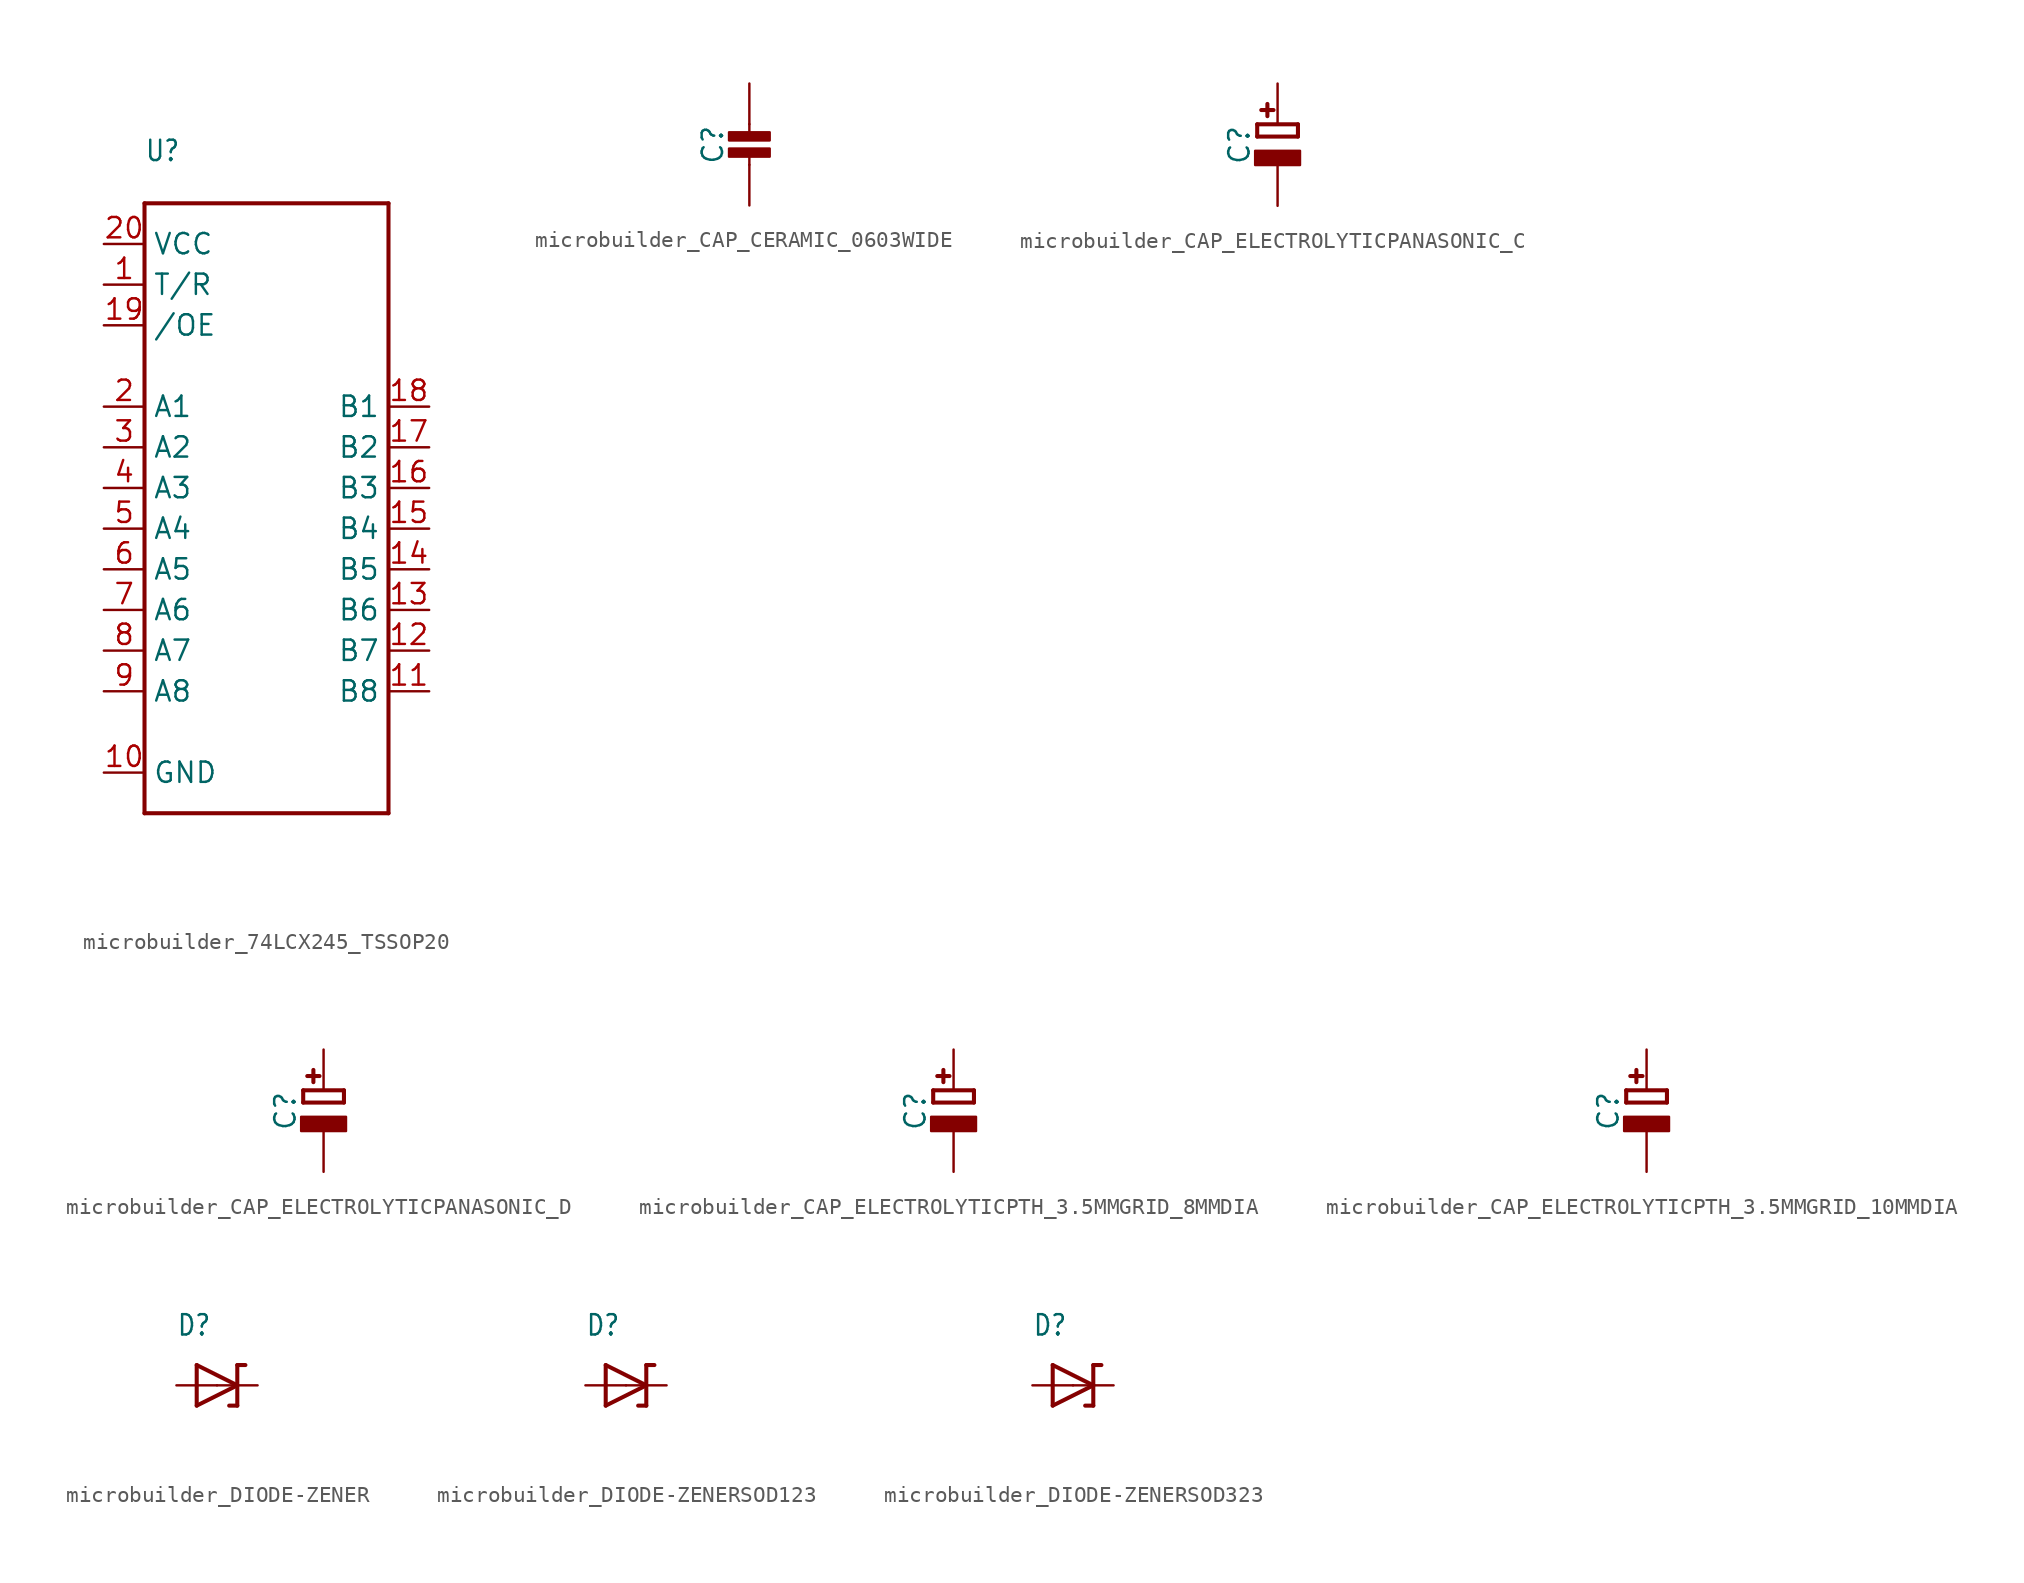
<source format=kicad_sym>
(kicad_symbol_lib
  (version 20231120)
  (generator "kicad_symbol_editor")
  (generator_version "8.0")
  (symbol "microbuilder_74LCX245_TSSOP20"
    (property "Reference" "U"
      (at -7.62 22.86 0)
      (effects (font (size 1.27 1.079)) (justify left bottom)))
    (property "Value" ""
      (at -7.62 -20.32 0)
      (effects (font (size 1.27 1.079)) (justify left bottom)))
    (property "ki_locked" ""
      (at 0 0 0)
      (effects (font (size 1.27 1.27))))
    (symbol "microbuilder_74LCX245_TSSOP20_1_0"
      (polyline (pts (xy -7.62 -17.78) (xy -7.62 20.32)) (stroke (width 0.254) (type solid)) (fill (type none)))
      (polyline (pts (xy -7.62 20.32) (xy 7.62 20.32)) (stroke (width 0.254) (type solid)) (fill (type none)))
      (polyline (pts (xy 7.62 -17.78) (xy -7.62 -17.78)) (stroke (width 0.254) (type solid)) (fill (type none)))
      (polyline (pts (xy 7.62 20.32) (xy 7.62 -17.78)) (stroke (width 0.254) (type solid)) (fill (type none)))
      (pin bidirectional line (at -10.16 15.24 0) (length 2.54) (name "T/R" (effects (font (size 1.27 1.27)))) (number "1" (effects (font (size 1.27 1.27)))))
      (pin bidirectional line (at -10.16 -15.24 0) (length 2.54) (name "GND" (effects (font (size 1.27 1.27)))) (number "10" (effects (font (size 1.27 1.27)))))
      (pin bidirectional line (at 10.16 -10.16 180) (length 2.54) (name "B8" (effects (font (size 1.27 1.27)))) (number "11" (effects (font (size 1.27 1.27)))))
      (pin bidirectional line (at 10.16 -7.62 180) (length 2.54) (name "B7" (effects (font (size 1.27 1.27)))) (number "12" (effects (font (size 1.27 1.27)))))
      (pin bidirectional line (at 10.16 -5.08 180) (length 2.54) (name "B6" (effects (font (size 1.27 1.27)))) (number "13" (effects (font (size 1.27 1.27)))))
      (pin bidirectional line (at 10.16 -2.54 180) (length 2.54) (name "B5" (effects (font (size 1.27 1.27)))) (number "14" (effects (font (size 1.27 1.27)))))
      (pin bidirectional line (at 10.16 0 180) (length 2.54) (name "B4" (effects (font (size 1.27 1.27)))) (number "15" (effects (font (size 1.27 1.27)))))
      (pin bidirectional line (at 10.16 2.54 180) (length 2.54) (name "B3" (effects (font (size 1.27 1.27)))) (number "16" (effects (font (size 1.27 1.27)))))
      (pin bidirectional line (at 10.16 5.08 180) (length 2.54) (name "B2" (effects (font (size 1.27 1.27)))) (number "17" (effects (font (size 1.27 1.27)))))
      (pin bidirectional line (at 10.16 7.62 180) (length 2.54) (name "B1" (effects (font (size 1.27 1.27)))) (number "18" (effects (font (size 1.27 1.27)))))
      (pin bidirectional line (at -10.16 12.7 0) (length 2.54) (name "/OE" (effects (font (size 1.27 1.27)))) (number "19" (effects (font (size 1.27 1.27)))))
      (pin bidirectional line (at -10.16 7.62 0) (length 2.54) (name "A1" (effects (font (size 1.27 1.27)))) (number "2" (effects (font (size 1.27 1.27)))))
      (pin bidirectional line (at -10.16 17.78 0) (length 2.54) (name "VCC" (effects (font (size 1.27 1.27)))) (number "20" (effects (font (size 1.27 1.27)))))
      (pin bidirectional line (at -10.16 5.08 0) (length 2.54) (name "A2" (effects (font (size 1.27 1.27)))) (number "3" (effects (font (size 1.27 1.27)))))
      (pin bidirectional line (at -10.16 2.54 0) (length 2.54) (name "A3" (effects (font (size 1.27 1.27)))) (number "4" (effects (font (size 1.27 1.27)))))
      (pin bidirectional line (at -10.16 0 0) (length 2.54) (name "A4" (effects (font (size 1.27 1.27)))) (number "5" (effects (font (size 1.27 1.27)))))
      (pin bidirectional line (at -10.16 -2.54 0) (length 2.54) (name "A5" (effects (font (size 1.27 1.27)))) (number "6" (effects (font (size 1.27 1.27)))))
      (pin bidirectional line (at -10.16 -5.08 0) (length 2.54) (name "A6" (effects (font (size 1.27 1.27)))) (number "7" (effects (font (size 1.27 1.27)))))
      (pin bidirectional line (at -10.16 -7.62 0) (length 2.54) (name "A7" (effects (font (size 1.27 1.27)))) (number "8" (effects (font (size 1.27 1.27)))))
      (pin bidirectional line (at -10.16 -10.16 0) (length 2.54) (name "A8" (effects (font (size 1.27 1.27)))) (number "9" (effects (font (size 1.27 1.27)))))))
  (symbol "microbuilder_CAP_CERAMIC_0603WIDE"
    (property "Reference" "C"
      (at -2.29 1.25 90)
      (effects (font (size 1.27 1.27))))
    (property "Value" ""
      (at 2.3 1.25 90)
      (effects (font (size 1.27 1.27))))
    (property "ki_locked" ""
      (at 0 0 0)
      (effects (font (size 1.27 1.27))))
    (symbol "microbuilder_CAP_CERAMIC_0603WIDE_1_0"
      (rectangle (start -1.27 0.508) (end 1.27 1.016) (stroke (width 0) (type default)) (fill (type outline)))
      (rectangle (start -1.27 1.524) (end 1.27 2.032) (stroke (width 0) (type default)) (fill (type outline)))
      (polyline (pts (xy 0 0.762) (xy 0 0)) (stroke (width 0.152) (type solid)) (fill (type none)))
      (polyline (pts (xy 0 2.54) (xy 0 1.778)) (stroke (width 0.152) (type solid)) (fill (type none)))
      (pin passive line (at 0 5.08 270) (length 2.54) (name "1" (effects (font (size 0 0)))) (number "1" (effects (font (size 0 0)))))
      (pin passive line (at 0 -2.54 90) (length 2.54) (name "2" (effects (font (size 0 0)))) (number "2" (effects (font (size 0 0)))))))
  (symbol "microbuilder_CAP_ELECTROLYTICPANASONIC_C"
    (property "Reference" "C"
      (at -2.39 1.25 90)
      (effects (font (size 1.27 1.27))))
    (property "Value" ""
      (at 2.5 1.25 90)
      (effects (font (size 1.27 1.27))))
    (property "ki_locked" ""
      (at 0 0 0)
      (effects (font (size 1.27 1.27))))
    (symbol "microbuilder_CAP_ELECTROLYTICPANASONIC_C_1_0"
      (rectangle (start -1.397 0) (end 1.397 0.889) (stroke (width 0) (type default)) (fill (type outline)))
      (polyline (pts (xy -1.27 1.778) (xy -1.27 2.54)) (stroke (width 0.254) (type solid)) (fill (type none)))
      (polyline (pts (xy -1.27 2.54) (xy 1.27 2.54)) (stroke (width 0.254) (type solid)) (fill (type none)))
      (polyline (pts (xy -1.016 3.429) (xy -0.254 3.429)) (stroke (width 0.254) (type solid)) (fill (type none)))
      (polyline (pts (xy -0.635 3.81) (xy -0.635 3.048)) (stroke (width 0.254) (type solid)) (fill (type none)))
      (polyline (pts (xy 1.27 1.778) (xy -1.27 1.778)) (stroke (width 0.254) (type solid)) (fill (type none)))
      (polyline (pts (xy 1.27 2.54) (xy 1.27 1.778)) (stroke (width 0.254) (type solid)) (fill (type none)))
      (pin passive line (at 0 5.08 270) (length 2.54) (name "+" (effects (font (size 0 0)))) (number "+" (effects (font (size 0 0)))))
      (pin passive line (at 0 -2.54 90) (length 2.54) (name "-" (effects (font (size 0 0)))) (number "-" (effects (font (size 0 0)))))))
  (symbol "microbuilder_CAP_ELECTROLYTICPANASONIC_D"
    (property "Reference" "C"
      (at -2.39 1.25 90)
      (effects (font (size 1.27 1.27))))
    (property "Value" ""
      (at 2.5 1.25 90)
      (effects (font (size 1.27 1.27))))
    (property "ki_locked" ""
      (at 0 0 0)
      (effects (font (size 1.27 1.27))))
    (symbol "microbuilder_CAP_ELECTROLYTICPANASONIC_D_1_0"
      (rectangle (start -1.397 0) (end 1.397 0.889) (stroke (width 0) (type default)) (fill (type outline)))
      (polyline (pts (xy -1.27 1.778) (xy -1.27 2.54)) (stroke (width 0.254) (type solid)) (fill (type none)))
      (polyline (pts (xy -1.27 2.54) (xy 1.27 2.54)) (stroke (width 0.254) (type solid)) (fill (type none)))
      (polyline (pts (xy -1.016 3.429) (xy -0.254 3.429)) (stroke (width 0.254) (type solid)) (fill (type none)))
      (polyline (pts (xy -0.635 3.81) (xy -0.635 3.048)) (stroke (width 0.254) (type solid)) (fill (type none)))
      (polyline (pts (xy 1.27 1.778) (xy -1.27 1.778)) (stroke (width 0.254) (type solid)) (fill (type none)))
      (polyline (pts (xy 1.27 2.54) (xy 1.27 1.778)) (stroke (width 0.254) (type solid)) (fill (type none)))
      (pin passive line (at 0 5.08 270) (length 2.54) (name "+" (effects (font (size 0 0)))) (number "+" (effects (font (size 0 0)))))
      (pin passive line (at 0 -2.54 90) (length 2.54) (name "-" (effects (font (size 0 0)))) (number "-" (effects (font (size 0 0)))))))
  (symbol "microbuilder_CAP_ELECTROLYTICPTH_3.5MMGRID_8MMDIA"
    (property "Reference" "C"
      (at -2.39 1.25 90)
      (effects (font (size 1.27 1.27))))
    (property "Value" ""
      (at 2.5 1.25 90)
      (effects (font (size 1.27 1.27))))
    (property "ki_locked" ""
      (at 0 0 0)
      (effects (font (size 1.27 1.27))))
    (symbol "microbuilder_CAP_ELECTROLYTICPTH_3.5MMGRID_8MMDIA_1_0"
      (rectangle (start -1.397 0) (end 1.397 0.889) (stroke (width 0) (type default)) (fill (type outline)))
      (polyline (pts (xy -1.27 1.778) (xy -1.27 2.54)) (stroke (width 0.254) (type solid)) (fill (type none)))
      (polyline (pts (xy -1.27 2.54) (xy 1.27 2.54)) (stroke (width 0.254) (type solid)) (fill (type none)))
      (polyline (pts (xy -1.016 3.429) (xy -0.254 3.429)) (stroke (width 0.254) (type solid)) (fill (type none)))
      (polyline (pts (xy -0.635 3.81) (xy -0.635 3.048)) (stroke (width 0.254) (type solid)) (fill (type none)))
      (polyline (pts (xy 1.27 1.778) (xy -1.27 1.778)) (stroke (width 0.254) (type solid)) (fill (type none)))
      (polyline (pts (xy 1.27 2.54) (xy 1.27 1.778)) (stroke (width 0.254) (type solid)) (fill (type none)))
      (pin passive line (at 0 5.08 270) (length 2.54) (name "+" (effects (font (size 0 0)))) (number "+" (effects (font (size 0 0)))))
      (pin passive line (at 0 -2.54 90) (length 2.54) (name "-" (effects (font (size 0 0)))) (number "-" (effects (font (size 0 0)))))))
  (symbol "microbuilder_CAP_ELECTROLYTICPTH_3.5MMGRID_10MMDIA"
    (property "Reference" "C"
      (at -2.39 1.25 90)
      (effects (font (size 1.27 1.27))))
    (property "Value" ""
      (at 2.5 1.25 90)
      (effects (font (size 1.27 1.27))))
    (property "ki_locked" ""
      (at 0 0 0)
      (effects (font (size 1.27 1.27))))
    (symbol "microbuilder_CAP_ELECTROLYTICPTH_3.5MMGRID_10MMDIA_1_0"
      (rectangle (start -1.397 0) (end 1.397 0.889) (stroke (width 0) (type default)) (fill (type outline)))
      (polyline (pts (xy -1.27 1.778) (xy -1.27 2.54)) (stroke (width 0.254) (type solid)) (fill (type none)))
      (polyline (pts (xy -1.27 2.54) (xy 1.27 2.54)) (stroke (width 0.254) (type solid)) (fill (type none)))
      (polyline (pts (xy -1.016 3.429) (xy -0.254 3.429)) (stroke (width 0.254) (type solid)) (fill (type none)))
      (polyline (pts (xy -0.635 3.81) (xy -0.635 3.048)) (stroke (width 0.254) (type solid)) (fill (type none)))
      (polyline (pts (xy 1.27 1.778) (xy -1.27 1.778)) (stroke (width 0.254) (type solid)) (fill (type none)))
      (polyline (pts (xy 1.27 2.54) (xy 1.27 1.778)) (stroke (width 0.254) (type solid)) (fill (type none)))
      (pin passive line (at 0 5.08 270) (length 2.54) (name "+" (effects (font (size 0 0)))) (number "+" (effects (font (size 0 0)))))
      (pin passive line (at 0 -2.54 90) (length 2.54) (name "-" (effects (font (size 0 0)))) (number "-" (effects (font (size 0 0)))))))
  (symbol "microbuilder_DIODE-ZENER"
    (property "Reference" "D"
      (at -2.54 3.023 0)
      (effects (font (size 1.27 1.079)) (justify left bottom)))
    (property "Value" ""
      (at -2.54 -4.851 0)
      (effects (font (size 1.27 1.079)) (justify left bottom)))
    (property "ki_locked" ""
      (at 0 0 0)
      (effects (font (size 1.27 1.27))))
    (symbol "microbuilder_DIODE-ZENER_1_0"
      (polyline (pts (xy -1.27 -1.27) (xy 1.27 0)) (stroke (width 0.254) (type solid)) (fill (type none)))
      (polyline (pts (xy -1.27 1.27) (xy -1.27 -1.27)) (stroke (width 0.254) (type solid)) (fill (type none)))
      (polyline (pts (xy 1.27 -1.27) (xy 0.762 -1.27)) (stroke (width 0.254) (type solid)) (fill (type none)))
      (polyline (pts (xy 1.27 0) (xy -1.27 1.27)) (stroke (width 0.254) (type solid)) (fill (type none)))
      (polyline (pts (xy 1.27 0) (xy 1.27 -1.27)) (stroke (width 0.254) (type solid)) (fill (type none)))
      (polyline (pts (xy 1.27 1.27) (xy 1.27 0)) (stroke (width 0.254) (type solid)) (fill (type none)))
      (polyline (pts (xy 1.27 1.27) (xy 1.778 1.27)) (stroke (width 0.254) (type solid)) (fill (type none)))
      (pin passive line (at -2.54 0 0) (length 2.54) (name "A" (effects (font (size 0 0)))) (number "A" (effects (font (size 0 0)))))
      (pin passive line (at 2.54 0 180) (length 2.54) (name "C" (effects (font (size 0 0)))) (number "C" (effects (font (size 0 0)))))))
  (symbol "microbuilder_DIODE-ZENERSOD123"
    (property "Reference" "D"
      (at -2.54 3.023 0)
      (effects (font (size 1.27 1.079)) (justify left bottom)))
    (property "Value" ""
      (at -2.54 -4.851 0)
      (effects (font (size 1.27 1.079)) (justify left bottom)))
    (property "ki_locked" ""
      (at 0 0 0)
      (effects (font (size 1.27 1.27))))
    (symbol "microbuilder_DIODE-ZENERSOD123_1_0"
      (polyline (pts (xy -1.27 -1.27) (xy 1.27 0)) (stroke (width 0.254) (type solid)) (fill (type none)))
      (polyline (pts (xy -1.27 1.27) (xy -1.27 -1.27)) (stroke (width 0.254) (type solid)) (fill (type none)))
      (polyline (pts (xy 1.27 -1.27) (xy 0.762 -1.27)) (stroke (width 0.254) (type solid)) (fill (type none)))
      (polyline (pts (xy 1.27 0) (xy -1.27 1.27)) (stroke (width 0.254) (type solid)) (fill (type none)))
      (polyline (pts (xy 1.27 0) (xy 1.27 -1.27)) (stroke (width 0.254) (type solid)) (fill (type none)))
      (polyline (pts (xy 1.27 1.27) (xy 1.27 0)) (stroke (width 0.254) (type solid)) (fill (type none)))
      (polyline (pts (xy 1.27 1.27) (xy 1.778 1.27)) (stroke (width 0.254) (type solid)) (fill (type none)))
      (pin passive line (at -2.54 0 0) (length 2.54) (name "A" (effects (font (size 0 0)))) (number "A" (effects (font (size 0 0)))))
      (pin passive line (at 2.54 0 180) (length 2.54) (name "C" (effects (font (size 0 0)))) (number "C" (effects (font (size 0 0)))))))
  (symbol "microbuilder_DIODE-ZENERSOD323"
    (property "Reference" "D"
      (at -2.54 3.023 0)
      (effects (font (size 1.27 1.079)) (justify left bottom)))
    (property "Value" ""
      (at -2.54 -4.851 0)
      (effects (font (size 1.27 1.079)) (justify left bottom)))
    (property "ki_locked" ""
      (at 0 0 0)
      (effects (font (size 1.27 1.27))))
    (symbol "microbuilder_DIODE-ZENERSOD323_1_0"
      (polyline (pts (xy -1.27 -1.27) (xy 1.27 0)) (stroke (width 0.254) (type solid)) (fill (type none)))
      (polyline (pts (xy -1.27 1.27) (xy -1.27 -1.27)) (stroke (width 0.254) (type solid)) (fill (type none)))
      (polyline (pts (xy 1.27 -1.27) (xy 0.762 -1.27)) (stroke (width 0.254) (type solid)) (fill (type none)))
      (polyline (pts (xy 1.27 0) (xy -1.27 1.27)) (stroke (width 0.254) (type solid)) (fill (type none)))
      (polyline (pts (xy 1.27 0) (xy 1.27 -1.27)) (stroke (width 0.254) (type solid)) (fill (type none)))
      (polyline (pts (xy 1.27 1.27) (xy 1.27 0)) (stroke (width 0.254) (type solid)) (fill (type none)))
      (polyline (pts (xy 1.27 1.27) (xy 1.778 1.27)) (stroke (width 0.254) (type solid)) (fill (type none)))
      (pin passive line (at -2.54 0 0) (length 2.54) (name "A" (effects (font (size 0 0)))) (number "A" (effects (font (size 0 0)))))
      (pin passive line (at 2.54 0 180) (length 2.54) (name "C" (effects (font (size 0 0)))) (number "C" (effects (font (size 0 0))))))))
</source>
